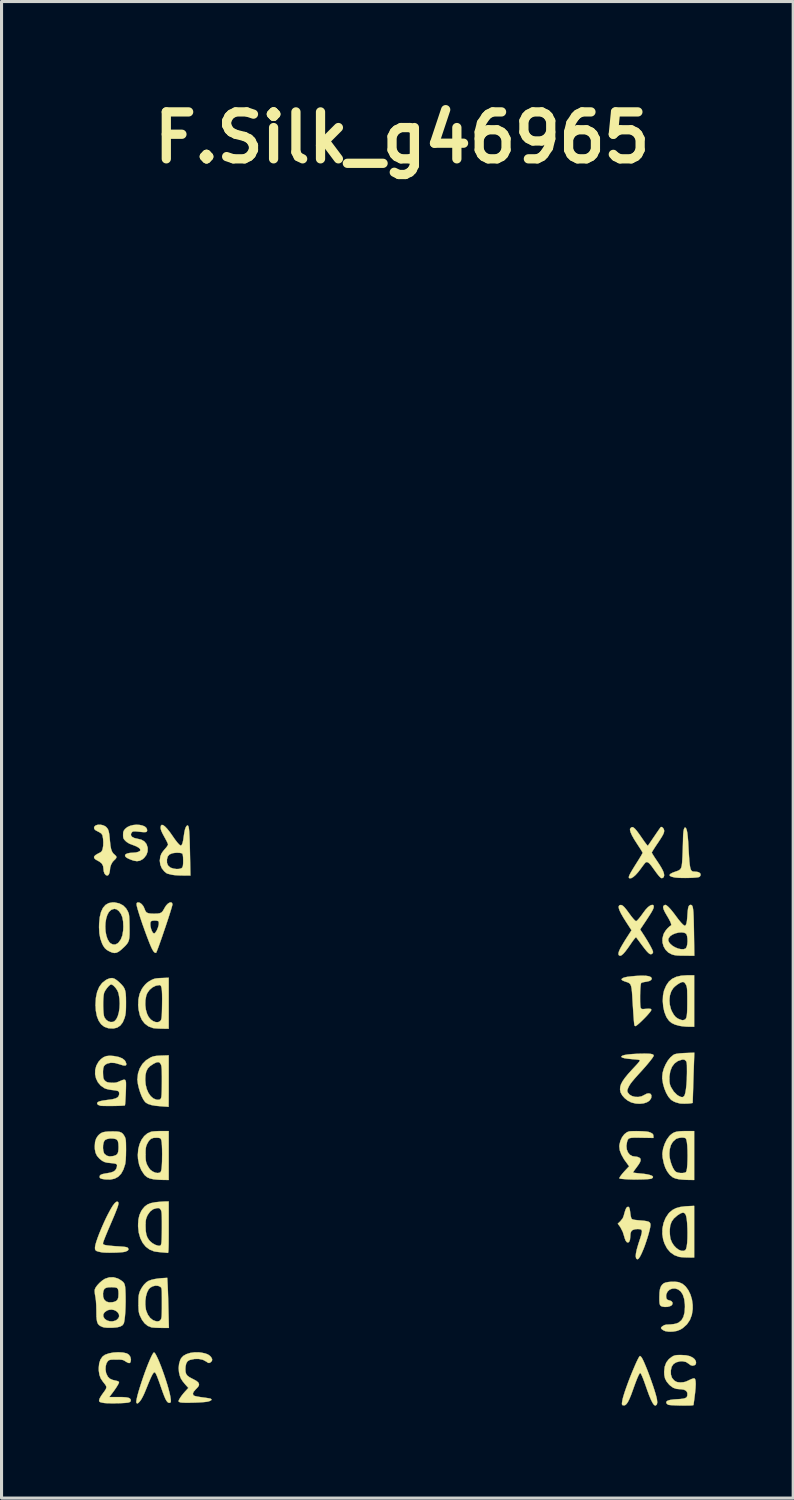
<source format=kicad_pcb>
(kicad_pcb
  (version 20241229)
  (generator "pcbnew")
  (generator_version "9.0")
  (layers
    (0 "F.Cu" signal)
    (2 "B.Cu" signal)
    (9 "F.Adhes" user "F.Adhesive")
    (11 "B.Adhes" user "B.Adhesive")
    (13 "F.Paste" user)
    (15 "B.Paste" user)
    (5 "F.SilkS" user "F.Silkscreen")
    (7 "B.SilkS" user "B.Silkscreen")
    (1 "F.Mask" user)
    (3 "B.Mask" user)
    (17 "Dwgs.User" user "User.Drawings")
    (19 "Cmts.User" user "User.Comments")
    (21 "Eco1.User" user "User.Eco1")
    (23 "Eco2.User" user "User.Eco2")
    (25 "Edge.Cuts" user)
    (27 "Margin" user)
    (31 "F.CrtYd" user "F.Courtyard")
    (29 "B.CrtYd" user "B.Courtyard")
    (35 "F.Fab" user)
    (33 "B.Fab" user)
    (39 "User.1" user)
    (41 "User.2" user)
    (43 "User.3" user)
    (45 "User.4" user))
  (footprint "F.Silk_g46965"
    (layer "F.Cu")
    (at 10.006 1.418)
    (property "Reference" "F.Silk_g46965" (at 0 0 0) (layer "F.SilkS") (effects (font (size 1.524 1.524) (thickness 0.3))))
    (attr through_hole)
    (fp_poly (pts (xy 9.219 22.425) (xy 9.242 22.483) (xy 9.261 22.577) (xy 9.276 22.707) (xy 9.29 22.878) (xy 9.294 22.955) (xy 9.306 23.171) (xy 9.317 23.348) (xy 9.327 23.491) (xy 9.339 23.602) (xy 9.352 23.686) (xy 9.367 23.747) (xy 9.386 23.789) (xy 9.41 23.814) (xy 9.438 23.828) (xy 9.473 23.833) (xy 9.506 23.834) (xy 9.576 23.84) (xy 9.636 23.856) (xy 9.64 23.858) (xy 9.684 23.896) (xy 9.693 23.945) (xy 9.668 23.992) (xy 9.647 24.007) (xy 9.606 24.018) (xy 9.532 24.026) (xy 9.434 24.033) (xy 9.319 24.037) (xy 9.198 24.039) (xy 9.08 24.038) (xy 8.972 24.034) (xy 8.884 24.027) (xy 8.848 24.022) (xy 8.751 23.999) (xy 8.696 23.972) (xy 8.684 23.941) (xy 8.713 23.906) (xy 8.784 23.868) (xy 8.875 23.834) (xy 8.945 23.81) (xy 8.998 23.785) (xy 9.036 23.752) (xy 9.062 23.707) (xy 9.08 23.641) (xy 9.091 23.549) (xy 9.099 23.425) (xy 9.104 23.341) (xy 9.11 23.202) (xy 9.115 23.057) (xy 9.119 22.92) (xy 9.122 22.806) (xy 9.122 22.775) (xy 9.126 22.64) (xy 9.136 22.531) (xy 9.152 22.452) (xy 9.173 22.407) (xy 9.193 22.4) (xy 9.219 22.425)) (stroke (width 0.01) (type solid)) (fill yes) (layer "F.SilkS"))
    (fp_poly (pts (xy 9.483 36.364) (xy 9.276 36.362) (xy 9.177 36.359) (xy 9.084 36.353) (xy 9.012 36.345) (xy 8.99 36.341) (xy 8.839 36.285) (xy 8.709 36.193) (xy 8.602 36.067) (xy 8.52 35.909) (xy 8.477 35.778) (xy 8.449 35.6) (xy 8.452 35.507) (xy 8.69 35.507) (xy 8.694 35.602) (xy 8.703 35.692) (xy 8.715 35.76) (xy 8.717 35.764) (xy 8.761 35.873) (xy 8.824 35.971) (xy 8.9 36.051) (xy 8.982 36.111) (xy 9.064 36.145) (xy 9.14 36.148) (xy 9.194 36.125) (xy 9.221 36.083) (xy 9.242 36.002) (xy 9.257 35.886) (xy 9.265 35.736) (xy 9.267 35.558) (xy 9.264 35.416) (xy 9.255 35.24) (xy 9.241 35.103) (xy 9.22 35.004) (xy 9.189 34.94) (xy 9.147 34.91) (xy 9.093 34.91) (xy 9.025 34.94) (xy 8.94 34.995) (xy 8.934 34.999) (xy 8.824 35.096) (xy 8.75 35.201) (xy 8.706 35.324) (xy 8.69 35.472) (xy 8.69 35.507) (xy 8.452 35.507) (xy 8.454 35.418) (xy 8.49 35.242) (xy 8.555 35.08) (xy 8.647 34.94) (xy 8.693 34.89) (xy 8.787 34.815) (xy 8.895 34.76) (xy 9.024 34.723) (xy 9.184 34.702) (xy 9.255 34.697) (xy 9.483 34.686) (xy 9.483 36.364)) (stroke (width 0.01) (type solid)) (fill yes) (layer "F.SilkS"))
    (fp_poly (pts (xy -9.71 22.328) (xy -9.636 22.363) (xy -9.608 22.386) (xy -9.572 22.426) (xy -9.545 22.472) (xy -9.525 22.534) (xy -9.509 22.617) (xy -9.496 22.73) (xy -9.486 22.841) (xy -9.47 22.988) (xy -9.449 23.099) (xy -9.419 23.182) (xy -9.379 23.243) (xy -9.332 23.285) (xy -9.283 23.333) (xy -9.276 23.381) (xy -9.312 23.43) (xy -9.336 23.451) (xy -9.399 23.517) (xy -9.449 23.606) (xy -9.479 23.7) (xy -9.482 23.738) (xy -9.489 23.803) (xy -9.503 23.875) (xy -9.505 23.881) (xy -9.534 23.942) (xy -9.575 23.962) (xy -9.622 23.944) (xy -9.663 23.896) (xy -9.688 23.821) (xy -9.694 23.76) (xy -9.708 23.652) (xy -9.751 23.57) (xy -9.83 23.507) (xy -9.871 23.485) (xy -9.956 23.437) (xy -9.999 23.392) (xy -10.001 23.347) (xy -9.961 23.301) (xy -9.879 23.251) (xy -9.86 23.242) (xy -9.795 23.208) (xy -9.758 23.177) (xy -9.735 23.135) (xy -9.72 23.082) (xy -9.705 22.989) (xy -9.702 22.877) (xy -9.709 22.765) (xy -9.726 22.67) (xy -9.735 22.643) (xy -9.768 22.595) (xy -9.834 22.552) (xy -9.87 22.534) (xy -9.952 22.491) (xy -9.995 22.448) (xy -10.001 22.401) (xy -9.99 22.372) (xy -9.947 22.332) (xy -9.878 22.312) (xy -9.795 22.31) (xy -9.71 22.328)) (stroke (width 0.01) (type solid)) (fill yes) (layer "F.SilkS"))
    (fp_poly (pts (xy -7.578 28.935) (xy -7.795 28.933) (xy -7.896 28.93) (xy -7.991 28.924) (xy -8.064 28.917) (xy -8.091 28.912) (xy -8.235 28.858) (xy -8.354 28.77) (xy -8.448 28.65) (xy -8.515 28.497) (xy -8.556 28.313) (xy -8.567 28.191) (xy -8.567 28.161) (xy -8.339 28.161) (xy -8.32 28.316) (xy -8.279 28.456) (xy -8.228 28.555) (xy -8.16 28.635) (xy -8.081 28.69) (xy -7.999 28.72) (xy -7.924 28.722) (xy -7.862 28.694) (xy -7.837 28.666) (xy -7.825 28.642) (xy -7.815 28.609) (xy -7.808 28.562) (xy -7.802 28.494) (xy -7.798 28.4) (xy -7.795 28.275) (xy -7.793 28.151) (xy -7.791 27.964) (xy -7.793 27.816) (xy -7.798 27.703) (xy -7.808 27.62) (xy -7.822 27.564) (xy -7.842 27.531) (xy -7.867 27.518) (xy -7.878 27.517) (xy -7.994 27.537) (xy -8.106 27.592) (xy -8.202 27.675) (xy -8.275 27.779) (xy -8.306 27.854) (xy -8.334 28.003) (xy -8.339 28.161) (xy -8.567 28.161) (xy -8.562 27.985) (xy -8.524 27.805) (xy -8.452 27.647) (xy -8.411 27.587) (xy -8.345 27.504) (xy -8.284 27.445) (xy -8.212 27.394) (xy -8.139 27.353) (xy -8.084 27.327) (xy -8.029 27.309) (xy -7.964 27.298) (xy -7.875 27.291) (xy -7.805 27.288) (xy -7.578 27.279) (xy -7.578 28.935)) (stroke (width 0.01) (type solid)) (fill yes) (layer "F.SilkS"))
    (fp_poly (pts (xy 7.75 39.577) (xy 7.78 39.613) (xy 7.816 39.678) (xy 7.862 39.778) (xy 7.915 39.903) (xy 7.973 40.047) (xy 8.032 40.204) (xy 8.09 40.365) (xy 8.145 40.523) (xy 8.194 40.672) (xy 8.234 40.805) (xy 8.263 40.913) (xy 8.274 40.965) (xy 8.285 41.067) (xy 8.272 41.134) (xy 8.237 41.166) (xy 8.215 41.169) (xy 8.179 41.148) (xy 8.135 41.086) (xy 8.082 40.983) (xy 8.022 40.84) (xy 7.954 40.655) (xy 7.942 40.619) (xy 7.881 40.446) (xy 7.832 40.312) (xy 7.792 40.214) (xy 7.762 40.15) (xy 7.74 40.117) (xy 7.729 40.111) (xy 7.709 40.131) (xy 7.677 40.19) (xy 7.634 40.286) (xy 7.583 40.417) (xy 7.522 40.583) (xy 7.495 40.66) (xy 7.434 40.828) (xy 7.38 40.957) (xy 7.333 41.052) (xy 7.289 41.116) (xy 7.247 41.153) (xy 7.212 41.165) (xy 7.16 41.159) (xy 7.14 41.134) (xy 7.138 41.097) (xy 7.147 41.032) (xy 7.163 40.95) (xy 7.17 40.923) (xy 7.2 40.82) (xy 7.239 40.698) (xy 7.287 40.561) (xy 7.34 40.415) (xy 7.397 40.266) (xy 7.456 40.118) (xy 7.515 39.977) (xy 7.57 39.848) (xy 7.62 39.737) (xy 7.664 39.648) (xy 7.698 39.588) (xy 7.721 39.561) (xy 7.724 39.56) (xy 7.75 39.577)) (stroke (width 0.01) (type solid)) (fill yes) (layer "F.SilkS"))
    (fp_poly (pts (xy -8.043 39.45) (xy -8.012 39.489) (xy -7.973 39.56) (xy -7.927 39.656) (xy -7.877 39.773) (xy -7.824 39.907) (xy -7.77 40.053) (xy -7.717 40.204) (xy -7.666 40.358) (xy -7.619 40.508) (xy -7.579 40.65) (xy -7.546 40.779) (xy -7.523 40.89) (xy -7.511 40.978) (xy -7.509 41.039) (xy -7.519 41.069) (xy -7.542 41.08) (xy -7.578 41.08) (xy -7.613 41.06) (xy -7.648 41.018) (xy -7.686 40.95) (xy -7.728 40.851) (xy -7.778 40.717) (xy -7.821 40.594) (xy -7.878 40.43) (xy -7.925 40.302) (xy -7.962 40.207) (xy -7.991 40.143) (xy -8.014 40.105) (xy -8.033 40.09) (xy -8.037 40.09) (xy -8.063 40.101) (xy -8.093 40.139) (xy -8.13 40.206) (xy -8.176 40.305) (xy -8.233 40.44) (xy -8.258 40.502) (xy -8.321 40.659) (xy -8.373 40.782) (xy -8.418 40.876) (xy -8.457 40.949) (xy -8.495 41.007) (xy -8.52 41.039) (xy -8.569 41.089) (xy -8.602 41.103) (xy -8.625 41.083) (xy -8.628 41.075) (xy -8.63 41.031) (xy -8.617 40.954) (xy -8.593 40.848) (xy -8.558 40.721) (xy -8.514 40.576) (xy -8.464 40.42) (xy -8.41 40.259) (xy -8.353 40.098) (xy -8.295 39.942) (xy -8.238 39.798) (xy -8.184 39.67) (xy -8.136 39.565) (xy -8.094 39.488) (xy -8.065 39.447) (xy -8.043 39.45)) (stroke (width 0.01) (type solid)) (fill yes) (layer "F.SilkS"))
    (fp_poly (pts (xy -9.224 34.56) (xy -9.213 34.577) (xy -9.209 34.604) (xy -9.215 34.644) (xy -9.23 34.701) (xy -9.258 34.779) (xy -9.298 34.881) (xy -9.351 35.012) (xy -9.42 35.174) (xy -9.502 35.365) (xy -9.558 35.497) (xy -9.609 35.619) (xy -9.652 35.725) (xy -9.684 35.809) (xy -9.704 35.863) (xy -9.708 35.877) (xy -9.712 35.917) (xy -9.696 35.94) (xy -9.651 35.956) (xy -9.638 35.959) (xy -9.588 35.968) (xy -9.505 35.978) (xy -9.401 35.988) (xy -9.284 35.997) (xy -9.242 35.999) (xy -9.117 36.007) (xy -9.028 36.015) (xy -8.967 36.024) (xy -8.929 36.034) (xy -8.907 36.048) (xy -8.898 36.057) (xy -8.883 36.1) (xy -8.907 36.137) (xy -8.972 36.168) (xy -8.993 36.175) (xy -9.052 36.186) (xy -9.144 36.195) (xy -9.256 36.202) (xy -9.379 36.206) (xy -9.502 36.207) (xy -9.614 36.205) (xy -9.705 36.2) (xy -9.75 36.195) (xy -9.85 36.174) (xy -9.916 36.154) (xy -9.953 36.128) (xy -9.97 36.092) (xy -9.971 36.039) (xy -9.971 36.026) (xy -9.958 35.953) (xy -9.928 35.848) (xy -9.884 35.719) (xy -9.828 35.572) (xy -9.762 35.413) (xy -9.69 35.248) (xy -9.614 35.084) (xy -9.556 34.968) (xy -9.469 34.805) (xy -9.394 34.681) (xy -9.33 34.598) (xy -9.279 34.555) (xy -9.243 34.55) (xy -9.224 34.56)) (stroke (width 0.01) (type solid)) (fill yes) (layer "F.SilkS"))
    (fp_poly (pts (xy 9.483 33.846) (xy 9.297 33.843) (xy 9.194 33.84) (xy 9.089 33.833) (xy 9.003 33.824) (xy 8.991 33.823) (xy 8.874 33.797) (xy 8.784 33.757) (xy 8.707 33.693) (xy 8.681 33.666) (xy 8.605 33.563) (xy 8.545 33.445) (xy 8.498 33.304) (xy 8.462 33.13) (xy 8.457 33.101) (xy 8.454 33.005) (xy 8.678 33.005) (xy 8.687 33.115) (xy 8.712 33.233) (xy 8.749 33.348) (xy 8.794 33.452) (xy 8.843 33.534) (xy 8.893 33.583) (xy 8.955 33.607) (xy 9.034 33.619) (xy 9.115 33.619) (xy 9.183 33.607) (xy 9.216 33.59) (xy 9.236 33.549) (xy 9.251 33.467) (xy 9.262 33.345) (xy 9.268 33.185) (xy 9.27 33.062) (xy 9.267 32.884) (xy 9.26 32.735) (xy 9.247 32.617) (xy 9.229 32.535) (xy 9.207 32.491) (xy 9.203 32.487) (xy 9.146 32.471) (xy 9.068 32.469) (xy 8.984 32.481) (xy 8.911 32.505) (xy 8.888 32.518) (xy 8.793 32.603) (xy 8.728 32.712) (xy 8.69 32.848) (xy 8.678 33.005) (xy 8.454 33.005) (xy 8.453 32.969) (xy 8.477 32.822) (xy 8.526 32.674) (xy 8.593 32.536) (xy 8.676 32.422) (xy 8.708 32.389) (xy 8.768 32.34) (xy 8.829 32.304) (xy 8.901 32.28) (xy 8.99 32.266) (xy 9.107 32.259) (xy 9.223 32.258) (xy 9.483 32.258) (xy 9.483 33.846)) (stroke (width 0.01) (type solid)) (fill yes) (layer "F.SilkS"))
    (fp_poly (pts (xy 9.483 28.871) (xy 9.308 28.87) (xy 9.204 28.865) (xy 9.096 28.854) (xy 9.006 28.84) (xy 9.002 28.839) (xy 8.861 28.8) (xy 8.753 28.749) (xy 8.669 28.678) (xy 8.599 28.582) (xy 8.573 28.534) (xy 8.515 28.385) (xy 8.479 28.213) (xy 8.464 28.033) (xy 8.466 27.999) (xy 8.68 27.999) (xy 8.691 28.151) (xy 8.729 28.299) (xy 8.759 28.369) (xy 8.82 28.478) (xy 8.883 28.554) (xy 8.955 28.605) (xy 9.01 28.629) (xy 9.066 28.649) (xy 9.099 28.657) (xy 9.126 28.655) (xy 9.158 28.647) (xy 9.189 28.633) (xy 9.213 28.608) (xy 9.232 28.566) (xy 9.245 28.503) (xy 9.253 28.415) (xy 9.258 28.295) (xy 9.26 28.141) (xy 9.26 28.046) (xy 9.26 27.893) (xy 9.258 27.776) (xy 9.256 27.689) (xy 9.251 27.625) (xy 9.244 27.579) (xy 9.234 27.543) (xy 9.22 27.511) (xy 9.218 27.506) (xy 9.173 27.44) (xy 9.127 27.415) (xy 9.077 27.423) (xy 9.008 27.455) (xy 8.931 27.504) (xy 8.857 27.563) (xy 8.806 27.614) (xy 8.739 27.721) (xy 8.696 27.853) (xy 8.68 27.999) (xy 8.466 27.999) (xy 8.472 27.857) (xy 8.504 27.7) (xy 8.509 27.686) (xy 8.576 27.53) (xy 8.661 27.406) (xy 8.768 27.314) (xy 8.901 27.25) (xy 9.063 27.212) (xy 9.258 27.199) (xy 9.275 27.199) (xy 9.483 27.199) (xy 9.483 28.871)) (stroke (width 0.01) (type solid)) (fill yes) (layer "F.SilkS"))
    (fp_poly (pts (xy -8.523 22.317) (xy -8.43 22.337) (xy -8.353 22.37) (xy -8.301 22.418) (xy -8.279 22.479) (xy -8.28 22.504) (xy -8.287 22.528) (xy -8.306 22.544) (xy -8.342 22.551) (xy -8.403 22.551) (xy -8.494 22.543) (xy -8.585 22.533) (xy -8.667 22.526) (xy -8.718 22.527) (xy -8.751 22.537) (xy -8.77 22.552) (xy -8.805 22.608) (xy -8.801 22.662) (xy -8.762 22.709) (xy -8.69 22.744) (xy -8.602 22.764) (xy -8.472 22.794) (xy -8.374 22.849) (xy -8.305 22.931) (xy -8.297 22.946) (xy -8.26 23.061) (xy -8.263 23.178) (xy -8.302 23.29) (xy -8.377 23.389) (xy -8.428 23.432) (xy -8.515 23.479) (xy -8.609 23.494) (xy -8.716 23.477) (xy -8.811 23.444) (xy -8.902 23.404) (xy -8.959 23.37) (xy -8.988 23.338) (xy -8.996 23.303) (xy -8.976 23.27) (xy -8.921 23.244) (xy -8.84 23.226) (xy -8.74 23.22) (xy -8.645 23.212) (xy -8.567 23.192) (xy -8.514 23.163) (xy -8.5 23.143) (xy -8.506 23.103) (xy -8.549 23.059) (xy -8.626 23.014) (xy -8.732 22.972) (xy -8.745 22.968) (xy -8.858 22.924) (xy -8.942 22.872) (xy -8.98 22.838) (xy -9.026 22.788) (xy -9.05 22.744) (xy -9.058 22.689) (xy -9.059 22.641) (xy -9.056 22.566) (xy -9.041 22.513) (xy -9.007 22.464) (xy -8.994 22.448) (xy -8.923 22.389) (xy -8.833 22.347) (xy -8.732 22.321) (xy -8.627 22.311) (xy -8.523 22.317)) (stroke (width 0.01) (type solid)) (fill yes) (layer "F.SilkS"))
    (fp_poly (pts (xy -7.578 33.846) (xy -7.763 33.843) (xy -7.866 33.84) (xy -7.971 33.833) (xy -8.057 33.824) (xy -8.069 33.823) (xy -8.19 33.796) (xy -8.282 33.753) (xy -8.357 33.689) (xy -8.37 33.674) (xy -8.468 33.525) (xy -8.538 33.351) (xy -8.575 33.158) (xy -8.581 33.031) (xy -8.579 33.006) (xy -8.329 33.006) (xy -8.329 33.009) (xy -8.328 33.12) (xy -8.323 33.201) (xy -8.312 33.262) (xy -8.294 33.317) (xy -8.28 33.351) (xy -8.24 33.424) (xy -8.194 33.491) (xy -8.171 33.517) (xy -8.094 33.573) (xy -8.01 33.609) (xy -7.93 33.62) (xy -7.864 33.604) (xy -7.845 33.591) (xy -7.826 33.555) (xy -7.811 33.487) (xy -7.801 33.384) (xy -7.794 33.243) (xy -7.792 33.064) (xy -7.791 33.009) (xy -7.793 32.851) (xy -7.798 32.72) (xy -7.805 32.622) (xy -7.815 32.561) (xy -7.817 32.554) (xy -7.834 32.512) (xy -7.857 32.489) (xy -7.897 32.478) (xy -7.959 32.473) (xy -8.069 32.478) (xy -8.154 32.509) (xy -8.221 32.574) (xy -8.271 32.658) (xy -8.297 32.715) (xy -8.314 32.767) (xy -8.324 32.824) (xy -8.328 32.9) (xy -8.329 33.006) (xy -8.579 33.006) (xy -8.567 32.849) (xy -8.525 32.683) (xy -8.459 32.538) (xy -8.372 32.419) (xy -8.267 32.331) (xy -8.152 32.28) (xy -8.1 32.271) (xy -8.017 32.264) (xy -7.917 32.259) (xy -7.826 32.258) (xy -7.578 32.258) (xy -7.578 33.846)) (stroke (width 0.01) (type solid)) (fill yes) (layer "F.SilkS"))
    (fp_poly (pts (xy 7.913 27.215) (xy 8.018 27.231) (xy 8.082 27.261) (xy 8.106 27.303) (xy 8.107 27.306) (xy 8.088 27.35) (xy 8.031 27.384) (xy 7.941 27.406) (xy 7.92 27.409) (xy 7.847 27.421) (xy 7.789 27.437) (xy 7.762 27.45) (xy 7.752 27.481) (xy 7.743 27.546) (xy 7.736 27.636) (xy 7.731 27.743) (xy 7.728 27.858) (xy 7.728 27.973) (xy 7.729 28.079) (xy 7.734 28.169) (xy 7.74 28.232) (xy 7.748 28.259) (xy 7.765 28.283) (xy 7.79 28.295) (xy 7.835 28.296) (xy 7.903 28.29) (xy 8.003 28.284) (xy 8.065 28.289) (xy 8.092 28.309) (xy 8.086 28.342) (xy 8.085 28.343) (xy 8.053 28.391) (xy 7.999 28.455) (xy 7.931 28.531) (xy 7.854 28.61) (xy 7.776 28.687) (xy 7.702 28.756) (xy 7.639 28.81) (xy 7.593 28.843) (xy 7.575 28.85) (xy 7.55 28.835) (xy 7.546 28.829) (xy 7.541 28.807) (xy 7.534 28.754) (xy 7.526 28.67) (xy 7.517 28.551) (xy 7.506 28.397) (xy 7.494 28.205) (xy 7.479 27.973) (xy 7.474 27.879) (xy 7.464 27.735) (xy 7.452 27.627) (xy 7.435 27.549) (xy 7.413 27.495) (xy 7.382 27.459) (xy 7.34 27.435) (xy 7.312 27.425) (xy 7.216 27.393) (xy 7.157 27.367) (xy 7.129 27.345) (xy 7.127 27.324) (xy 7.133 27.316) (xy 7.168 27.289) (xy 7.227 27.268) (xy 7.315 27.249) (xy 7.437 27.234) (xy 7.583 27.221) (xy 7.768 27.211) (xy 7.913 27.215)) (stroke (width 0.01) (type solid)) (fill yes) (layer "F.SilkS"))
    (fp_poly (pts (xy 7.37 34.734) (xy 7.39 34.787) (xy 7.404 34.878) (xy 7.408 34.915) (xy 7.422 35.01) (xy 7.44 35.079) (xy 7.457 35.11) (xy 7.491 35.127) (xy 7.558 35.142) (xy 7.661 35.153) (xy 7.719 35.158) (xy 7.849 35.169) (xy 7.943 35.183) (xy 8.006 35.202) (xy 8.043 35.229) (xy 8.061 35.267) (xy 8.065 35.308) (xy 8.057 35.372) (xy 8.037 35.467) (xy 8.007 35.584) (xy 7.968 35.715) (xy 7.924 35.851) (xy 7.878 35.985) (xy 7.833 36.1) (xy 7.774 36.237) (xy 7.724 36.335) (xy 7.683 36.395) (xy 7.648 36.42) (xy 7.618 36.411) (xy 7.598 36.385) (xy 7.586 36.324) (xy 7.594 36.226) (xy 7.623 36.091) (xy 7.673 35.919) (xy 7.705 35.821) (xy 7.747 35.692) (xy 7.774 35.598) (xy 7.787 35.531) (xy 7.784 35.488) (xy 7.768 35.461) (xy 7.737 35.447) (xy 7.718 35.443) (xy 7.651 35.438) (xy 7.572 35.445) (xy 7.554 35.448) (xy 7.484 35.471) (xy 7.439 35.514) (xy 7.416 35.583) (xy 7.409 35.683) (xy 7.399 35.785) (xy 7.374 35.85) (xy 7.339 35.877) (xy 7.299 35.866) (xy 7.259 35.816) (xy 7.225 35.728) (xy 7.218 35.698) (xy 7.166 35.532) (xy 7.091 35.386) (xy 7.059 35.339) (xy 7.003 35.265) (xy 7.087 35.185) (xy 7.165 35.087) (xy 7.195 35.01) (xy 7.227 34.894) (xy 7.253 34.814) (xy 7.276 34.762) (xy 7.299 34.733) (xy 7.307 34.726) (xy 7.343 34.715) (xy 7.37 34.734)) (stroke (width 0.01) (type solid)) (fill yes) (layer "F.SilkS"))
    (fp_poly (pts (xy -9.333 24.834) (xy -9.183 24.866) (xy -9.06 24.93) (xy -8.963 25.026) (xy -8.922 25.094) (xy -8.899 25.139) (xy -8.882 25.18) (xy -8.87 25.222) (xy -8.863 25.275) (xy -8.858 25.345) (xy -8.854 25.442) (xy -8.851 25.572) (xy -8.851 25.59) (xy -8.849 25.753) (xy -8.85 25.88) (xy -8.857 25.979) (xy -8.871 26.057) (xy -8.894 26.119) (xy -8.928 26.174) (xy -8.973 26.228) (xy -9.018 26.273) (xy -9.119 26.367) (xy -9.202 26.431) (xy -9.274 26.466) (xy -9.343 26.475) (xy -9.416 26.461) (xy -9.493 26.429) (xy -9.585 26.378) (xy -9.652 26.317) (xy -9.708 26.235) (xy -9.745 26.158) (xy -9.798 26.006) (xy -9.83 25.836) (xy -9.84 25.64) (xy -9.84 25.636) (xy -9.637 25.636) (xy -9.628 25.778) (xy -9.603 25.912) (xy -9.563 26.029) (xy -9.507 26.122) (xy -9.467 26.162) (xy -9.388 26.2) (xy -9.306 26.198) (xy -9.228 26.157) (xy -9.211 26.141) (xy -9.135 26.038) (xy -9.083 25.905) (xy -9.056 25.74) (xy -9.051 25.622) (xy -9.058 25.453) (xy -9.083 25.316) (xy -9.129 25.205) (xy -9.196 25.114) (xy -9.196 25.114) (xy -9.269 25.057) (xy -9.344 25.041) (xy -9.427 25.066) (xy -9.453 25.081) (xy -9.52 25.144) (xy -9.572 25.24) (xy -9.609 25.359) (xy -9.631 25.494) (xy -9.637 25.636) (xy -9.84 25.636) (xy -9.837 25.519) (xy -9.817 25.313) (xy -9.776 25.144) (xy -9.713 25.011) (xy -9.63 24.915) (xy -9.525 24.855) (xy -9.4 24.832) (xy -9.333 24.834)) (stroke (width 0.01) (type solid)) (fill yes) (layer "F.SilkS"))
    (fp_poly (pts (xy -9.34 27.31) (xy -9.261 27.361) (xy -9.177 27.434) (xy -9.106 27.504) (xy -9.052 27.568) (xy -9.014 27.632) (xy -8.989 27.707) (xy -8.974 27.798) (xy -8.967 27.914) (xy -8.965 28.063) (xy -8.965 28.099) (xy -8.966 28.235) (xy -8.969 28.34) (xy -8.976 28.421) (xy -8.986 28.489) (xy -9.002 28.553) (xy -9.013 28.591) (xy -9.072 28.73) (xy -9.151 28.832) (xy -9.251 28.898) (xy -9.373 28.927) (xy -9.517 28.921) (xy -9.548 28.915) (xy -9.67 28.871) (xy -9.771 28.791) (xy -9.851 28.676) (xy -9.909 28.528) (xy -9.944 28.349) (xy -9.953 28.187) (xy -9.706 28.187) (xy -9.702 28.31) (xy -9.695 28.42) (xy -9.683 28.507) (xy -9.669 28.559) (xy -9.616 28.637) (xy -9.544 28.692) (xy -9.463 28.718) (xy -9.384 28.712) (xy -9.339 28.69) (xy -9.28 28.626) (xy -9.232 28.528) (xy -9.197 28.405) (xy -9.176 28.264) (xy -9.169 28.113) (xy -9.177 27.961) (xy -9.202 27.813) (xy -9.217 27.757) (xy -9.249 27.686) (xy -9.297 27.614) (xy -9.353 27.552) (xy -9.408 27.509) (xy -9.448 27.495) (xy -9.485 27.512) (xy -9.533 27.556) (xy -9.585 27.617) (xy -9.633 27.685) (xy -9.668 27.75) (xy -9.677 27.774) (xy -9.691 27.846) (xy -9.7 27.945) (xy -9.705 28.062) (xy -9.706 28.187) (xy -9.953 28.187) (xy -9.955 28.152) (xy -9.942 27.93) (xy -9.902 27.739) (xy -9.835 27.578) (xy -9.741 27.45) (xy -9.621 27.355) (xy -9.571 27.328) (xy -9.486 27.296) (xy -9.412 27.289) (xy -9.34 27.31)) (stroke (width 0.01) (type solid)) (fill yes) (layer "F.SilkS"))
    (fp_poly (pts (xy -7.578 30.636) (xy -7.578 30.82) (xy -7.578 30.99) (xy -7.579 31.141) (xy -7.579 31.269) (xy -7.58 31.369) (xy -7.581 31.438) (xy -7.583 31.47) (xy -7.583 31.472) (xy -7.605 31.469) (xy -7.66 31.464) (xy -7.741 31.459) (xy -7.832 31.452) (xy -8.006 31.436) (xy -8.142 31.412) (xy -8.246 31.378) (xy -8.321 31.333) (xy -8.345 31.311) (xy -8.4 31.235) (xy -8.455 31.128) (xy -8.505 31) (xy -8.547 30.863) (xy -8.578 30.728) (xy -8.593 30.606) (xy -8.593 30.587) (xy -8.34 30.587) (xy -8.34 30.588) (xy -8.327 30.746) (xy -8.292 30.891) (xy -8.237 31.018) (xy -8.165 31.121) (xy -8.08 31.196) (xy -7.985 31.236) (xy -7.932 31.242) (xy -7.875 31.237) (xy -7.843 31.214) (xy -7.826 31.184) (xy -7.816 31.142) (xy -7.809 31.066) (xy -7.804 30.954) (xy -7.801 30.803) (xy -7.8 30.639) (xy -7.8 30.479) (xy -7.802 30.356) (xy -7.804 30.264) (xy -7.809 30.197) (xy -7.815 30.149) (xy -7.824 30.114) (xy -7.836 30.086) (xy -7.838 30.083) (xy -7.873 30.036) (xy -7.917 30.017) (xy -7.976 30.027) (xy -8.058 30.066) (xy -8.077 30.077) (xy -8.183 30.148) (xy -8.258 30.226) (xy -8.306 30.32) (xy -8.332 30.438) (xy -8.34 30.587) (xy -8.593 30.587) (xy -8.594 30.572) (xy -8.575 30.391) (xy -8.52 30.225) (xy -8.432 30.079) (xy -8.314 29.959) (xy -8.17 29.869) (xy -8.11 29.844) (xy -8.05 29.827) (xy -7.98 29.816) (xy -7.885 29.809) (xy -7.816 29.806) (xy -7.578 29.798) (xy -7.578 30.636)) (stroke (width 0.01) (type solid)) (fill yes) (layer "F.SilkS"))
    (fp_poly (pts (xy 8.944 37.158) (xy 8.992 37.168) (xy 9.106 37.219) (xy 9.208 37.307) (xy 9.294 37.425) (xy 9.363 37.567) (xy 9.411 37.727) (xy 9.435 37.901) (xy 9.436 38.036) (xy 9.408 38.223) (xy 9.345 38.39) (xy 9.248 38.534) (xy 9.118 38.651) (xy 9.035 38.703) (xy 8.924 38.746) (xy 8.792 38.769) (xy 8.657 38.771) (xy 8.548 38.754) (xy 8.485 38.727) (xy 8.435 38.693) (xy 8.432 38.689) (xy 8.408 38.659) (xy 8.41 38.636) (xy 8.44 38.606) (xy 8.452 38.595) (xy 8.516 38.558) (xy 8.579 38.543) (xy 8.719 38.536) (xy 8.826 38.524) (xy 8.907 38.506) (xy 8.972 38.479) (xy 8.987 38.471) (xy 9.074 38.396) (xy 9.135 38.288) (xy 9.172 38.146) (xy 9.184 37.97) (xy 9.182 37.882) (xy 9.16 37.709) (xy 9.116 37.571) (xy 9.049 37.467) (xy 8.961 37.399) (xy 8.871 37.37) (xy 8.772 37.372) (xy 8.685 37.408) (xy 8.618 37.471) (xy 8.579 37.555) (xy 8.572 37.609) (xy 8.579 37.683) (xy 8.604 37.727) (xy 8.654 37.749) (xy 8.669 37.752) (xy 8.742 37.778) (xy 8.778 37.822) (xy 8.78 37.871) (xy 8.755 37.913) (xy 8.697 37.945) (xy 8.619 37.965) (xy 8.528 37.968) (xy 8.512 37.966) (xy 8.448 37.956) (xy 8.404 37.938) (xy 8.375 37.904) (xy 8.359 37.848) (xy 8.353 37.763) (xy 8.353 37.647) (xy 8.358 37.503) (xy 8.373 37.394) (xy 8.4 37.312) (xy 8.441 37.249) (xy 8.493 37.203) (xy 8.55 37.178) (xy 8.636 37.16) (xy 8.739 37.15) (xy 8.846 37.149) (xy 8.944 37.158)) (stroke (width 0.01) (type solid)) (fill yes) (layer "F.SilkS"))
    (fp_poly (pts (xy 9.475 30.091) (xy 9.47 30.241) (xy 9.464 30.417) (xy 9.458 30.604) (xy 9.452 30.785) (xy 9.449 30.906) (xy 9.435 31.344) (xy 9.372 31.356) (xy 9.32 31.362) (xy 9.246 31.366) (xy 9.163 31.367) (xy 9.086 31.366) (xy 9.028 31.362) (xy 9.006 31.358) (xy 8.974 31.348) (xy 8.918 31.333) (xy 8.894 31.327) (xy 8.822 31.297) (xy 8.747 31.251) (xy 8.723 31.231) (xy 8.644 31.139) (xy 8.574 31.015) (xy 8.515 30.871) (xy 8.472 30.718) (xy 8.449 30.566) (xy 8.448 30.551) (xy 8.679 30.551) (xy 8.682 30.653) (xy 8.693 30.729) (xy 8.715 30.796) (xy 8.73 30.829) (xy 8.818 30.972) (xy 8.925 31.08) (xy 8.975 31.113) (xy 9.055 31.151) (xy 9.114 31.154) (xy 9.157 31.122) (xy 9.175 31.089) (xy 9.198 31.009) (xy 9.217 30.895) (xy 9.233 30.751) (xy 9.244 30.585) (xy 9.249 30.403) (xy 9.25 30.327) (xy 9.249 30.204) (xy 9.248 30.117) (xy 9.243 30.058) (xy 9.236 30.018) (xy 9.224 29.992) (xy 9.207 29.972) (xy 9.206 29.97) (xy 9.165 29.94) (xy 9.115 29.935) (xy 9.084 29.94) (xy 8.952 29.984) (xy 8.845 30.062) (xy 8.763 30.171) (xy 8.708 30.31) (xy 8.681 30.476) (xy 8.679 30.551) (xy 8.448 30.551) (xy 8.446 30.5) (xy 8.459 30.368) (xy 8.498 30.229) (xy 8.557 30.093) (xy 8.63 29.968) (xy 8.714 29.864) (xy 8.804 29.788) (xy 8.848 29.764) (xy 8.912 29.748) (xy 9.015 29.734) (xy 9.154 29.725) (xy 9.205 29.723) (xy 9.488 29.712) (xy 9.475 30.091)) (stroke (width 0.01) (type solid)) (fill yes) (layer "F.SilkS"))
    (fp_poly (pts (xy 7.98 29.744) (xy 8.07 29.751) (xy 8.129 29.764) (xy 8.161 29.783) (xy 8.17 29.808) (xy 8.156 29.84) (xy 8.117 29.898) (xy 8.056 29.978) (xy 7.977 30.074) (xy 7.884 30.183) (xy 7.78 30.3) (xy 7.75 30.332) (xy 7.633 30.461) (xy 7.541 30.565) (xy 7.471 30.649) (xy 7.418 30.718) (xy 7.38 30.777) (xy 7.351 30.831) (xy 7.345 30.845) (xy 7.319 30.909) (xy 7.312 30.953) (xy 7.322 30.991) (xy 7.328 31.004) (xy 7.382 31.072) (xy 7.464 31.12) (xy 7.564 31.147) (xy 7.672 31.15) (xy 7.777 31.129) (xy 7.861 31.087) (xy 7.945 31.043) (xy 8.015 31.032) (xy 8.067 31.05) (xy 8.095 31.094) (xy 8.093 31.161) (xy 8.079 31.204) (xy 8.029 31.272) (xy 7.947 31.324) (xy 7.841 31.358) (xy 7.72 31.371) (xy 7.59 31.364) (xy 7.461 31.333) (xy 7.431 31.323) (xy 7.325 31.267) (xy 7.228 31.19) (xy 7.149 31.101) (xy 7.098 31.009) (xy 7.091 30.987) (xy 7.077 30.905) (xy 7.083 30.822) (xy 7.109 30.735) (xy 7.16 30.638) (xy 7.237 30.528) (xy 7.341 30.401) (xy 7.476 30.252) (xy 7.499 30.228) (xy 7.591 30.129) (xy 7.656 30.057) (xy 7.697 30.007) (xy 7.717 29.974) (xy 7.719 29.956) (xy 7.711 29.949) (xy 7.674 29.942) (xy 7.606 29.934) (xy 7.519 29.926) (xy 7.472 29.922) (xy 7.333 29.909) (xy 7.226 29.893) (xy 7.154 29.873) (xy 7.119 29.851) (xy 7.118 29.838) (xy 7.148 29.812) (xy 7.218 29.789) (xy 7.328 29.771) (xy 7.475 29.757) (xy 7.658 29.747) (xy 7.694 29.746) (xy 7.856 29.743) (xy 7.98 29.744)) (stroke (width 0.01) (type solid)) (fill yes) (layer "F.SilkS"))
    (fp_poly (pts (xy -7.612 37.27) (xy -7.608 37.362) (xy -7.603 37.486) (xy -7.598 37.634) (xy -7.593 37.797) (xy -7.589 37.966) (xy -7.586 38.084) (xy -7.572 38.65) (xy -7.824 38.648) (xy -7.929 38.646) (xy -8.025 38.642) (xy -8.099 38.636) (xy -8.139 38.631) (xy -8.257 38.584) (xy -8.358 38.503) (xy -8.445 38.387) (xy -8.517 38.24) (xy -8.536 38.185) (xy -8.549 38.126) (xy -8.556 38.054) (xy -8.56 37.957) (xy -8.56 37.915) (xy -8.337 37.915) (xy -8.319 38.052) (xy -8.308 38.093) (xy -8.254 38.222) (xy -8.18 38.325) (xy -8.089 38.397) (xy -7.987 38.434) (xy -7.943 38.438) (xy -7.882 38.426) (xy -7.838 38.383) (xy -7.837 38.381) (xy -7.825 38.359) (xy -7.816 38.329) (xy -7.809 38.286) (xy -7.805 38.225) (xy -7.802 38.139) (xy -7.8 38.024) (xy -7.8 37.873) (xy -7.8 37.84) (xy -7.8 37.685) (xy -7.801 37.566) (xy -7.802 37.479) (xy -7.806 37.418) (xy -7.811 37.377) (xy -7.819 37.35) (xy -7.83 37.333) (xy -7.845 37.319) (xy -7.85 37.315) (xy -7.922 37.282) (xy -8.01 37.277) (xy -8.101 37.299) (xy -8.181 37.345) (xy -8.228 37.394) (xy -8.28 37.495) (xy -8.317 37.624) (xy -8.336 37.768) (xy -8.337 37.915) (xy -8.56 37.915) (xy -8.561 37.857) (xy -8.56 37.737) (xy -8.557 37.65) (xy -8.549 37.583) (xy -8.536 37.526) (xy -8.517 37.47) (xy -8.511 37.455) (xy -8.463 37.362) (xy -8.399 37.268) (xy -8.365 37.228) (xy -8.299 37.164) (xy -8.235 37.123) (xy -8.152 37.092) (xy -8.13 37.085) (xy -8.039 37.064) (xy -7.927 37.046) (xy -7.819 37.035) (xy -7.807 37.034) (xy -7.625 37.023) (xy -7.612 37.27)) (stroke (width 0.01) (type solid)) (fill yes) (layer "F.SilkS"))
    (fp_poly (pts (xy 8.157 24.921) (xy 8.17 24.954) (xy 8.17 24.97) (xy 8.166 25.004) (xy 8.151 25.048) (xy 8.122 25.105) (xy 8.078 25.182) (xy 8.015 25.281) (xy 7.932 25.409) (xy 7.894 25.466) (xy 7.729 25.711) (xy 7.879 25.942) (xy 7.953 26.061) (xy 8.02 26.175) (xy 8.077 26.278) (xy 8.12 26.364) (xy 8.144 26.426) (xy 8.149 26.45) (xy 8.134 26.483) (xy 8.117 26.501) (xy 8.084 26.516) (xy 8.046 26.509) (xy 7.999 26.475) (xy 7.939 26.413) (xy 7.864 26.32) (xy 7.797 26.231) (xy 7.731 26.142) (xy 7.673 26.064) (xy 7.628 26.004) (xy 7.602 25.969) (xy 7.597 25.964) (xy 7.581 25.974) (xy 7.546 26.013) (xy 7.497 26.076) (xy 7.441 26.156) (xy 7.43 26.172) (xy 7.329 26.318) (xy 7.246 26.428) (xy 7.178 26.505) (xy 7.124 26.55) (xy 7.081 26.566) (xy 7.047 26.555) (xy 7.041 26.55) (xy 7.025 26.519) (xy 7.027 26.474) (xy 7.047 26.409) (xy 7.087 26.323) (xy 7.15 26.212) (xy 7.235 26.071) (xy 7.289 25.986) (xy 7.449 25.737) (xy 7.288 25.489) (xy 7.185 25.326) (xy 7.109 25.194) (xy 7.059 25.089) (xy 7.034 25.011) (xy 7.034 24.958) (xy 7.058 24.926) (xy 7.088 24.917) (xy 7.127 24.92) (xy 7.17 24.944) (xy 7.222 24.994) (xy 7.286 25.072) (xy 7.356 25.167) (xy 7.439 25.28) (xy 7.509 25.365) (xy 7.561 25.42) (xy 7.595 25.442) (xy 7.597 25.442) (xy 7.625 25.426) (xy 7.67 25.38) (xy 7.727 25.311) (xy 7.79 25.227) (xy 7.829 25.172) (xy 7.908 25.067) (xy 7.986 24.985) (xy 8.058 24.933) (xy 8.117 24.913) (xy 8.118 24.913) (xy 8.157 24.921)) (stroke (width 0.01) (type solid)) (fill yes) (layer "F.SilkS"))
    (fp_poly (pts (xy -7.578 35.38) (xy -7.578 35.599) (xy -7.579 35.778) (xy -7.58 35.922) (xy -7.583 36.033) (xy -7.586 36.114) (xy -7.59 36.169) (xy -7.596 36.201) (xy -7.602 36.213) (xy -7.604 36.213) (xy -7.636 36.21) (xy -7.699 36.204) (xy -7.781 36.197) (xy -7.811 36.195) (xy -7.902 36.185) (xy -7.985 36.175) (xy -8.044 36.165) (xy -8.054 36.163) (xy -8.198 36.105) (xy -8.322 36.012) (xy -8.423 35.888) (xy -8.499 35.735) (xy -8.55 35.557) (xy -8.572 35.356) (xy -8.572 35.348) (xy -8.329 35.348) (xy -8.324 35.498) (xy -8.305 35.615) (xy -8.272 35.71) (xy -8.22 35.792) (xy -8.185 35.832) (xy -8.106 35.899) (xy -8.014 35.951) (xy -7.925 35.979) (xy -7.891 35.983) (xy -7.852 35.977) (xy -7.83 35.951) (xy -7.817 35.904) (xy -7.812 35.86) (xy -7.807 35.781) (xy -7.804 35.674) (xy -7.801 35.547) (xy -7.8 35.407) (xy -7.8 35.347) (xy -7.8 35.191) (xy -7.801 35.071) (xy -7.804 34.982) (xy -7.808 34.918) (xy -7.814 34.873) (xy -7.823 34.841) (xy -7.835 34.817) (xy -7.839 34.81) (xy -7.868 34.773) (xy -7.901 34.758) (xy -7.955 34.759) (xy -7.971 34.761) (xy -8.082 34.794) (xy -8.178 34.866) (xy -8.256 34.973) (xy -8.273 35.007) (xy -8.299 35.068) (xy -8.316 35.123) (xy -8.325 35.187) (xy -8.329 35.271) (xy -8.329 35.348) (xy -8.572 35.348) (xy -8.572 35.305) (xy -8.562 35.132) (xy -8.529 34.986) (xy -8.471 34.857) (xy -8.438 34.805) (xy -8.359 34.71) (xy -8.268 34.642) (xy -8.157 34.597) (xy -8.015 34.569) (xy -7.99 34.566) (xy -7.888 34.556) (xy -7.787 34.548) (xy -7.705 34.544) (xy -7.689 34.544) (xy -7.578 34.544) (xy -7.578 35.38)) (stroke (width 0.01) (type solid)) (fill yes) (layer "F.SilkS"))
    (fp_poly (pts (xy -7.472 24.848) (xy -7.456 24.892) (xy -7.462 24.923) (xy -7.479 24.988) (xy -7.507 25.081) (xy -7.543 25.197) (xy -7.586 25.331) (xy -7.634 25.477) (xy -7.685 25.63) (xy -7.738 25.785) (xy -7.789 25.936) (xy -7.839 26.078) (xy -7.885 26.207) (xy -7.924 26.315) (xy -7.957 26.399) (xy -7.979 26.453) (xy -7.99 26.472) (xy -8.023 26.465) (xy -8.048 26.45) (xy -8.076 26.417) (xy -8.111 26.358) (xy -8.141 26.297) (xy -8.188 26.188) (xy -8.24 26.056) (xy -8.296 25.908) (xy -8.354 25.751) (xy -8.411 25.59) (xy -8.43 25.536) (xy -8.176 25.536) (xy -8.169 25.611) (xy -8.151 25.689) (xy -8.125 25.76) (xy -8.094 25.814) (xy -8.06 25.84) (xy -8.047 25.841) (xy -8.018 25.819) (xy -7.983 25.771) (xy -7.962 25.734) (xy -7.925 25.644) (xy -7.903 25.56) (xy -7.898 25.491) (xy -7.911 25.447) (xy -7.919 25.441) (xy -7.964 25.427) (xy -8.031 25.422) (xy -8.098 25.427) (xy -8.145 25.44) (xy -8.147 25.441) (xy -8.169 25.476) (xy -8.176 25.536) (xy -8.43 25.536) (xy -8.466 25.432) (xy -8.515 25.283) (xy -8.557 25.15) (xy -8.59 25.039) (xy -8.612 24.955) (xy -8.62 24.911) (xy -8.619 24.861) (xy -8.602 24.84) (xy -8.572 24.833) (xy -8.515 24.845) (xy -8.456 24.889) (xy -8.403 24.954) (xy -8.366 25.032) (xy -8.365 25.036) (xy -8.338 25.105) (xy -8.304 25.152) (xy -8.252 25.181) (xy -8.176 25.195) (xy -8.067 25.199) (xy -8.054 25.199) (xy -7.945 25.196) (xy -7.868 25.185) (xy -7.813 25.159) (xy -7.769 25.112) (xy -7.727 25.041) (xy -7.714 25.016) (xy -7.664 24.937) (xy -7.609 24.878) (xy -7.555 24.842) (xy -7.507 24.83) (xy -7.472 24.848)) (stroke (width 0.01) (type solid)) (fill yes) (layer "F.SilkS"))
    (fp_poly (pts (xy -6.586 39.443) (xy -6.517 39.452) (xy -6.396 39.477) (xy -6.307 39.51) (xy -6.242 39.554) (xy -6.203 39.596) (xy -6.168 39.662) (xy -6.174 39.72) (xy -6.22 39.767) (xy -6.225 39.77) (xy -6.263 39.787) (xy -6.294 39.784) (xy -6.336 39.758) (xy -6.353 39.745) (xy -6.464 39.685) (xy -6.598 39.656) (xy -6.745 39.657) (xy -6.895 39.69) (xy -6.963 39.729) (xy -7.008 39.799) (xy -7.031 39.901) (xy -7.036 39.988) (xy -7.031 40.076) (xy -7.012 40.143) (xy -6.973 40.198) (xy -6.907 40.248) (xy -6.808 40.301) (xy -6.782 40.313) (xy -6.683 40.367) (xy -6.623 40.416) (xy -6.608 40.439) (xy -6.594 40.482) (xy -6.6 40.521) (xy -6.629 40.567) (xy -6.686 40.628) (xy -6.708 40.65) (xy -6.769 40.722) (xy -6.793 40.783) (xy -6.779 40.831) (xy -6.751 40.852) (xy -6.713 40.864) (xy -6.644 40.879) (xy -6.554 40.894) (xy -6.482 40.904) (xy -6.385 40.917) (xy -6.301 40.93) (xy -6.24 40.941) (xy -6.217 40.947) (xy -6.187 40.97) (xy -6.197 40.995) (xy -6.246 41.022) (xy -6.299 41.039) (xy -6.357 41.049) (xy -6.444 41.058) (xy -6.554 41.066) (xy -6.676 41.072) (xy -6.803 41.076) (xy -6.927 41.078) (xy -7.038 41.078) (xy -7.13 41.075) (xy -7.192 41.069) (xy -7.213 41.064) (xy -7.249 41.044) (xy -7.26 41.031) (xy -7.247 40.99) (xy -7.211 40.926) (xy -7.159 40.85) (xy -7.097 40.772) (xy -7.058 40.727) (xy -6.939 40.598) (xy -7.046 40.478) (xy -7.127 40.379) (xy -7.183 40.29) (xy -7.22 40.194) (xy -7.244 40.089) (xy -7.255 39.954) (xy -7.241 39.816) (xy -7.204 39.692) (xy -7.174 39.633) (xy -7.106 39.559) (xy -7.005 39.501) (xy -6.879 39.461) (xy -6.737 39.441) (xy -6.586 39.443)) (stroke (width 0.01) (type solid)) (fill yes) (layer "F.SilkS"))
    (fp_poly (pts (xy 7.716 32.261) (xy 7.719 32.261) (xy 7.843 32.266) (xy 7.933 32.273) (xy 7.999 32.284) (xy 8.049 32.3) (xy 8.075 32.311) (xy 8.13 32.343) (xy 8.154 32.376) (xy 8.16 32.417) (xy 8.16 32.48) (xy 7.776 32.474) (xy 7.631 32.471) (xy 7.522 32.472) (xy 7.443 32.477) (xy 7.389 32.488) (xy 7.354 32.506) (xy 7.331 32.535) (xy 7.315 32.574) (xy 7.303 32.613) (xy 7.284 32.738) (xy 7.295 32.852) (xy 7.333 32.949) (xy 7.394 33.025) (xy 7.475 33.071) (xy 7.553 33.084) (xy 7.632 33.093) (xy 7.697 33.117) (xy 7.736 33.151) (xy 7.739 33.157) (xy 7.745 33.203) (xy 7.729 33.26) (xy 7.687 33.334) (xy 7.618 33.43) (xy 7.608 33.443) (xy 7.557 33.511) (xy 7.52 33.565) (xy 7.5 33.599) (xy 7.499 33.605) (xy 7.523 33.61) (xy 7.579 33.618) (xy 7.659 33.627) (xy 7.728 33.634) (xy 7.857 33.647) (xy 7.955 33.662) (xy 8.033 33.68) (xy 8.104 33.705) (xy 8.112 33.708) (xy 8.145 33.736) (xy 8.141 33.771) (xy 8.103 33.8) (xy 8.102 33.801) (xy 8.053 33.811) (xy 7.97 33.819) (xy 7.862 33.825) (xy 7.737 33.829) (xy 7.604 33.831) (xy 7.471 33.83) (xy 7.347 33.826) (xy 7.307 33.824) (xy 7.211 33.817) (xy 7.131 33.81) (xy 7.076 33.802) (xy 7.056 33.797) (xy 7.059 33.771) (xy 7.09 33.721) (xy 7.144 33.65) (xy 7.219 33.564) (xy 7.258 33.522) (xy 7.373 33.4) (xy 7.328 33.342) (xy 7.205 33.172) (xy 7.119 33.019) (xy 7.068 32.882) (xy 7.053 32.757) (xy 7.056 32.709) (xy 7.088 32.576) (xy 7.143 32.457) (xy 7.216 32.361) (xy 7.301 32.295) (xy 7.375 32.267) (xy 7.424 32.263) (xy 7.505 32.26) (xy 7.606 32.259) (xy 7.716 32.261)) (stroke (width 0.01) (type solid)) (fill yes) (layer "F.SilkS"))
    (fp_poly (pts (xy -9.064 39.448) (xy -8.937 39.477) (xy -8.869 39.522) (xy -8.823 39.592) (xy -8.805 39.677) (xy -8.818 39.76) (xy -8.845 39.789) (xy -8.892 39.785) (xy -8.963 39.748) (xy -8.982 39.735) (xy -9.024 39.709) (xy -9.062 39.692) (xy -9.11 39.682) (xy -9.176 39.678) (xy -9.273 39.677) (xy -9.285 39.677) (xy -9.384 39.678) (xy -9.45 39.681) (xy -9.494 39.689) (xy -9.525 39.703) (xy -9.551 39.726) (xy -9.558 39.732) (xy -9.6 39.8) (xy -9.624 39.894) (xy -9.629 39.999) (xy -9.613 40.104) (xy -9.601 40.139) (xy -9.554 40.233) (xy -9.49 40.297) (xy -9.4 40.337) (xy -9.329 40.354) (xy -9.244 40.374) (xy -9.198 40.397) (xy -9.191 40.409) (xy -9.2 40.444) (xy -9.232 40.505) (xy -9.283 40.587) (xy -9.349 40.683) (xy -9.427 40.788) (xy -9.431 40.793) (xy -9.508 40.894) (xy -9.215 40.894) (xy -9.072 40.896) (xy -8.966 40.903) (xy -8.892 40.916) (xy -8.845 40.936) (xy -8.819 40.964) (xy -8.809 40.995) (xy -8.816 41.035) (xy -8.856 41.063) (xy -8.862 41.066) (xy -8.908 41.076) (xy -8.987 41.084) (xy -9.09 41.09) (xy -9.208 41.095) (xy -9.332 41.097) (xy -9.454 41.097) (xy -9.563 41.095) (xy -9.65 41.089) (xy -9.68 41.086) (xy -9.751 41.073) (xy -9.805 41.057) (xy -9.826 41.046) (xy -9.839 41.006) (xy -9.822 40.943) (xy -9.772 40.856) (xy -9.729 40.794) (xy -9.663 40.704) (xy -9.621 40.639) (xy -9.603 40.589) (xy -9.607 40.544) (xy -9.635 40.495) (xy -9.684 40.432) (xy -9.712 40.398) (xy -9.784 40.291) (xy -9.828 40.172) (xy -9.849 40.031) (xy -9.85 39.949) (xy -9.835 39.8) (xy -9.794 39.676) (xy -9.728 39.581) (xy -9.646 39.521) (xy -9.519 39.476) (xy -9.37 39.448) (xy -9.214 39.439) (xy -9.064 39.448)) (stroke (width 0.01) (type solid)) (fill yes) (layer "F.SilkS"))
    (fp_poly (pts (xy -7.762 22.323) (xy -7.703 22.365) (xy -7.63 22.44) (xy -7.543 22.548) (xy -7.469 22.653) (xy -7.376 22.787) (xy -7.298 22.888) (xy -7.238 22.954) (xy -7.197 22.985) (xy -7.187 22.987) (xy -7.156 22.968) (xy -7.13 22.908) (xy -7.107 22.809) (xy -7.092 22.707) (xy -7.071 22.564) (xy -7.048 22.459) (xy -7.022 22.389) (xy -7.004 22.361) (xy -6.982 22.338) (xy -6.962 22.333) (xy -6.946 22.348) (xy -6.932 22.385) (xy -6.921 22.447) (xy -6.912 22.539) (xy -6.905 22.661) (xy -6.898 22.817) (xy -6.893 23.01) (xy -6.888 23.225) (xy -6.873 23.961) (xy -7.135 23.959) (xy -7.263 23.956) (xy -7.378 23.948) (xy -7.468 23.936) (xy -7.504 23.928) (xy -7.567 23.912) (xy -7.612 23.9) (xy -7.625 23.898) (xy -7.649 23.884) (xy -7.692 23.85) (xy -7.726 23.82) (xy -7.803 23.723) (xy -7.851 23.605) (xy -7.868 23.475) (xy -7.863 23.441) (xy -7.636 23.441) (xy -7.634 23.551) (xy -7.6 23.634) (xy -7.533 23.695) (xy -7.505 23.709) (xy -7.42 23.736) (xy -7.328 23.749) (xy -7.242 23.746) (xy -7.174 23.728) (xy -7.145 23.708) (xy -7.127 23.678) (xy -7.115 23.633) (xy -7.109 23.562) (xy -7.108 23.475) (xy -7.111 23.366) (xy -7.12 23.29) (xy -7.133 23.251) (xy -7.171 23.232) (xy -7.238 23.222) (xy -7.321 23.22) (xy -7.408 23.228) (xy -7.474 23.241) (xy -7.557 23.279) (xy -7.609 23.341) (xy -7.635 23.433) (xy -7.636 23.441) (xy -7.863 23.441) (xy -7.851 23.345) (xy -7.816 23.252) (xy -7.784 23.202) (xy -7.734 23.137) (xy -7.691 23.088) (xy -7.643 23.031) (xy -7.61 22.981) (xy -7.599 22.952) (xy -7.609 22.92) (xy -7.636 22.86) (xy -7.677 22.782) (xy -7.719 22.705) (xy -7.778 22.597) (xy -7.816 22.514) (xy -7.836 22.451) (xy -7.841 22.408) (xy -7.832 22.344) (xy -7.806 22.316) (xy -7.762 22.323)) (stroke (width 0.01) (type solid)) (fill yes) (layer "F.SilkS"))
    (fp_poly (pts (xy -9.261 32.272) (xy -9.172 32.285) (xy -9.107 32.312) (xy -9.058 32.356) (xy -9.016 32.421) (xy -9.006 32.439) (xy -8.99 32.475) (xy -8.979 32.515) (xy -8.971 32.567) (xy -8.967 32.638) (xy -8.965 32.736) (xy -8.964 32.869) (xy -8.964 32.872) (xy -8.967 33.051) (xy -8.974 33.194) (xy -8.986 33.3) (xy -8.993 33.337) (xy -9.05 33.509) (xy -9.124 33.643) (xy -9.218 33.74) (xy -9.333 33.802) (xy -9.471 33.831) (xy -9.635 33.827) (xy -9.654 33.825) (xy -9.739 33.811) (xy -9.79 33.795) (xy -9.815 33.773) (xy -9.821 33.741) (xy -9.813 33.704) (xy -9.783 33.676) (xy -9.726 33.654) (xy -9.635 33.635) (xy -9.583 33.627) (xy -9.463 33.605) (xy -9.378 33.576) (xy -9.32 33.537) (xy -9.283 33.483) (xy -9.268 33.443) (xy -9.255 33.387) (xy -9.26 33.349) (xy -9.288 33.324) (xy -9.345 33.309) (xy -9.437 33.298) (xy -9.469 33.295) (xy -9.581 33.283) (xy -9.665 33.261) (xy -9.736 33.225) (xy -9.809 33.167) (xy -9.829 33.15) (xy -9.905 33.063) (xy -9.953 32.964) (xy -9.976 32.845) (xy -9.977 32.812) (xy -9.712 32.812) (xy -9.701 32.903) (xy -9.678 32.976) (xy -9.661 33.001) (xy -9.587 33.058) (xy -9.497 33.081) (xy -9.386 33.07) (xy -9.351 33.061) (xy -9.287 33.036) (xy -9.245 32.998) (xy -9.22 32.938) (xy -9.209 32.849) (xy -9.207 32.774) (xy -9.212 32.664) (xy -9.227 32.589) (xy -9.258 32.541) (xy -9.31 32.513) (xy -9.387 32.499) (xy -9.387 32.499) (xy -9.49 32.498) (xy -9.578 32.516) (xy -9.638 32.543) (xy -9.672 32.583) (xy -9.691 32.628) (xy -9.709 32.715) (xy -9.712 32.812) (xy -9.977 32.812) (xy -9.979 32.755) (xy -9.969 32.613) (xy -9.934 32.5) (xy -9.873 32.407) (xy -9.822 32.357) (xy -9.77 32.321) (xy -9.708 32.295) (xy -9.629 32.28) (xy -9.525 32.271) (xy -9.386 32.269) (xy -9.384 32.269) (xy -9.261 32.272)) (stroke (width 0.01) (type solid)) (fill yes) (layer "F.SilkS"))
    (fp_poly (pts (xy 9.219 39.538) (xy 9.345 39.567) (xy 9.444 39.618) (xy 9.501 39.668) (xy 9.536 39.726) (xy 9.545 39.787) (xy 9.527 39.838) (xy 9.505 39.856) (xy 9.435 39.877) (xy 9.367 39.858) (xy 9.31 39.815) (xy 9.218 39.755) (xy 9.105 39.731) (xy 9.018 39.735) (xy 8.898 39.767) (xy 8.81 39.824) (xy 8.753 39.91) (xy 8.726 40.026) (xy 8.725 40.033) (xy 8.728 40.164) (xy 8.762 40.268) (xy 8.828 40.348) (xy 8.842 40.36) (xy 8.895 40.394) (xy 8.949 40.412) (xy 9.023 40.418) (xy 9.047 40.418) (xy 9.13 40.413) (xy 9.203 40.397) (xy 9.284 40.362) (xy 9.317 40.346) (xy 9.389 40.312) (xy 9.449 40.291) (xy 9.486 40.285) (xy 9.488 40.286) (xy 9.514 40.313) (xy 9.529 40.374) (xy 9.534 40.468) (xy 9.528 40.599) (xy 9.512 40.767) (xy 9.486 40.974) (xy 9.482 41) (xy 9.472 41.073) (xy 9.465 41.128) (xy 9.462 41.153) (xy 9.442 41.16) (xy 9.387 41.166) (xy 9.306 41.169) (xy 9.206 41.17) (xy 9.095 41.17) (xy 8.981 41.168) (xy 8.871 41.164) (xy 8.773 41.159) (xy 8.696 41.153) (xy 8.647 41.145) (xy 8.636 41.142) (xy 8.595 41.11) (xy 8.577 41.08) (xy 8.584 41.041) (xy 8.625 41.01) (xy 8.701 40.988) (xy 8.815 40.972) (xy 8.902 40.966) (xy 9.032 40.958) (xy 9.126 40.946) (xy 9.189 40.93) (xy 9.23 40.907) (xy 9.252 40.875) (xy 9.262 40.841) (xy 9.262 40.757) (xy 9.226 40.695) (xy 9.155 40.656) (xy 9.05 40.64) (xy 9.031 40.64) (xy 8.905 40.628) (xy 8.801 40.591) (xy 8.704 40.52) (xy 8.667 40.485) (xy 8.588 40.389) (xy 8.538 40.292) (xy 8.514 40.179) (xy 8.509 40.074) (xy 8.526 39.912) (xy 8.577 39.774) (xy 8.662 39.662) (xy 8.763 39.585) (xy 8.813 39.558) (xy 8.861 39.541) (xy 8.918 39.532) (xy 8.998 39.529) (xy 9.059 39.529) (xy 9.219 39.538)) (stroke (width 0.01) (type solid)) (fill yes) (layer "F.SilkS"))
    (fp_poly (pts (xy 9.39 24.917) (xy 9.41 24.929) (xy 9.426 24.955) (xy 9.439 24.998) (xy 9.449 25.06) (xy 9.458 25.147) (xy 9.464 25.261) (xy 9.469 25.406) (xy 9.473 25.586) (xy 9.477 25.805) (xy 9.477 25.818) (xy 9.488 26.564) (xy 9.184 26.563) (xy 9.049 26.562) (xy 8.947 26.557) (xy 8.869 26.549) (xy 8.805 26.535) (xy 8.763 26.523) (xy 8.647 26.462) (xy 8.556 26.372) (xy 8.491 26.261) (xy 8.456 26.136) (xy 8.455 26.06) (xy 8.64 26.06) (xy 8.667 26.126) (xy 8.705 26.175) (xy 8.779 26.241) (xy 8.869 26.294) (xy 8.967 26.333) (xy 9.062 26.353) (xy 9.145 26.352) (xy 9.207 26.328) (xy 9.215 26.32) (xy 9.242 26.27) (xy 9.26 26.192) (xy 9.268 26.099) (xy 9.265 26.004) (xy 9.253 25.921) (xy 9.23 25.861) (xy 9.221 25.849) (xy 9.162 25.817) (xy 9.078 25.806) (xy 8.98 25.812) (xy 8.879 25.836) (xy 8.786 25.874) (xy 8.711 25.924) (xy 8.702 25.933) (xy 8.652 25.999) (xy 8.64 26.06) (xy 8.455 26.06) (xy 8.454 26.004) (xy 8.487 25.873) (xy 8.507 25.829) (xy 8.558 25.747) (xy 8.623 25.67) (xy 8.687 25.611) (xy 8.711 25.596) (xy 8.736 25.577) (xy 8.74 25.55) (xy 8.725 25.501) (xy 8.724 25.496) (xy 8.7 25.442) (xy 8.66 25.366) (xy 8.613 25.284) (xy 8.603 25.269) (xy 8.535 25.151) (xy 8.493 25.062) (xy 8.476 24.997) (xy 8.482 24.954) (xy 8.489 24.944) (xy 8.528 24.918) (xy 8.55 24.913) (xy 8.589 24.931) (xy 8.647 24.98) (xy 8.72 25.058) (xy 8.804 25.161) (xy 8.877 25.258) (xy 8.973 25.386) (xy 9.055 25.485) (xy 9.119 25.552) (xy 9.164 25.586) (xy 9.179 25.59) (xy 9.208 25.574) (xy 9.231 25.524) (xy 9.248 25.438) (xy 9.26 25.313) (xy 9.263 25.263) (xy 9.273 25.129) (xy 9.285 25.031) (xy 9.302 24.966) (xy 9.325 24.929) (xy 9.356 24.914) (xy 9.367 24.913) (xy 9.39 24.917)) (stroke (width 0.01) (type solid)) (fill yes) (layer "F.SilkS"))
    (fp_poly (pts (xy -9.357 29.821) (xy -9.353 29.822) (xy -9.201 29.852) (xy -9.086 29.898) (xy -9.009 29.958) (xy -8.986 29.992) (xy -8.956 30.065) (xy -8.957 30.11) (xy -8.989 30.131) (xy -9.054 30.126) (xy -9.152 30.096) (xy -9.167 30.091) (xy -9.322 30.047) (xy -9.458 30.039) (xy -9.572 30.065) (xy -9.588 30.073) (xy -9.647 30.11) (xy -9.685 30.158) (xy -9.705 30.226) (xy -9.712 30.321) (xy -9.711 30.39) (xy -9.707 30.478) (xy -9.699 30.536) (xy -9.684 30.576) (xy -9.66 30.609) (xy -9.647 30.622) (xy -9.609 30.654) (xy -9.566 30.673) (xy -9.504 30.683) (xy -9.442 30.688) (xy -9.352 30.69) (xy -9.282 30.681) (xy -9.212 30.658) (xy -9.175 30.641) (xy -9.088 30.604) (xy -9.03 30.588) (xy -8.996 30.595) (xy -8.976 30.626) (xy -8.967 30.666) (xy -8.965 30.707) (xy -8.965 30.778) (xy -8.967 30.87) (xy -8.97 30.976) (xy -8.975 31.087) (xy -8.981 31.195) (xy -8.986 31.291) (xy -8.992 31.366) (xy -8.998 31.413) (xy -9.001 31.424) (xy -9.026 31.429) (xy -9.085 31.433) (xy -9.17 31.437) (xy -9.273 31.44) (xy -9.385 31.442) (xy -9.498 31.442) (xy -9.604 31.442) (xy -9.695 31.441) (xy -9.762 31.438) (xy -9.797 31.434) (xy -9.869 31.407) (xy -9.901 31.373) (xy -9.899 31.34) (xy -9.872 31.313) (xy -9.81 31.288) (xy -9.711 31.267) (xy -9.572 31.247) (xy -9.546 31.244) (xy -9.409 31.225) (xy -9.309 31.199) (xy -9.242 31.166) (xy -9.203 31.122) (xy -9.187 31.065) (xy -9.186 31.042) (xy -9.19 31.001) (xy -9.204 30.973) (xy -9.237 30.953) (xy -9.296 30.94) (xy -9.388 30.927) (xy -9.422 30.924) (xy -9.514 30.91) (xy -9.601 30.889) (xy -9.664 30.865) (xy -9.665 30.865) (xy -9.787 30.78) (xy -9.878 30.672) (xy -9.938 30.547) (xy -9.968 30.411) (xy -9.964 30.271) (xy -9.928 30.135) (xy -9.858 30.009) (xy -9.779 29.922) (xy -9.694 29.859) (xy -9.602 29.823) (xy -9.493 29.811) (xy -9.357 29.821)) (stroke (width 0.01) (type solid)) (fill yes) (layer "F.SilkS"))
    (fp_poly (pts (xy -9.234 37.043) (xy -9.171 37.077) (xy -9.109 37.117) (xy -9.062 37.154) (xy -9.029 37.195) (xy -9.007 37.247) (xy -8.993 37.316) (xy -8.985 37.41) (xy -8.98 37.536) (xy -8.978 37.631) (xy -8.977 37.803) (xy -8.981 37.971) (xy -8.988 38.13) (xy -8.999 38.271) (xy -9.013 38.388) (xy -9.029 38.474) (xy -9.042 38.512) (xy -9.083 38.566) (xy -9.152 38.604) (xy -9.254 38.63) (xy -9.392 38.643) (xy -9.43 38.644) (xy -9.569 38.644) (xy -9.671 38.634) (xy -9.721 38.621) (xy -9.79 38.591) (xy -9.842 38.556) (xy -9.88 38.508) (xy -9.904 38.442) (xy -9.919 38.353) (xy -9.923 38.278) (xy -9.702 38.278) (xy -9.7 38.285) (xy -9.656 38.355) (xy -9.584 38.406) (xy -9.495 38.434) (xy -9.398 38.436) (xy -9.306 38.411) (xy -9.269 38.39) (xy -9.21 38.333) (xy -9.187 38.271) (xy -9.195 38.208) (xy -9.229 38.15) (xy -9.283 38.102) (xy -9.354 38.068) (xy -9.435 38.054) (xy -9.522 38.063) (xy -9.584 38.087) (xy -9.661 38.142) (xy -9.701 38.207) (xy -9.702 38.278) (xy -9.923 38.278) (xy -9.926 38.232) (xy -9.927 38.091) (xy -9.931 37.912) (xy -9.941 37.759) (xy -9.958 37.639) (xy -9.96 37.63) (xy -9.975 37.544) (xy -9.976 37.526) (xy -9.711 37.526) (xy -9.707 37.643) (xy -9.671 37.732) (xy -9.607 37.792) (xy -9.517 37.82) (xy -9.404 37.815) (xy -9.351 37.803) (xy -9.282 37.774) (xy -9.238 37.727) (xy -9.214 37.656) (xy -9.208 37.551) (xy -9.207 37.549) (xy -9.211 37.452) (xy -9.226 37.388) (xy -9.26 37.35) (xy -9.32 37.333) (xy -9.413 37.328) (xy -9.438 37.327) (xy -9.548 37.332) (xy -9.623 37.351) (xy -9.671 37.388) (xy -9.698 37.449) (xy -9.711 37.526) (xy -9.976 37.526) (xy -9.982 37.465) (xy -9.981 37.409) (xy -9.98 37.408) (xy -9.953 37.343) (xy -9.898 37.266) (xy -9.824 37.187) (xy -9.74 37.114) (xy -9.655 37.058) (xy -9.639 37.05) (xy -9.505 37.007) (xy -9.368 37.005) (xy -9.234 37.043)) (stroke (width 0.01) (type solid)) (fill yes) (layer "F.SilkS"))
    (fp_poly (pts (xy 8.435 22.385) (xy 8.471 22.414) (xy 8.499 22.459) (xy 8.509 22.502) (xy 8.506 22.541) (xy 8.495 22.582) (xy 8.472 22.633) (xy 8.435 22.699) (xy 8.381 22.785) (xy 8.307 22.898) (xy 8.273 22.947) (xy 8.213 23.038) (xy 8.163 23.116) (xy 8.126 23.176) (xy 8.108 23.21) (xy 8.107 23.215) (xy 8.118 23.239) (xy 8.149 23.291) (xy 8.195 23.364) (xy 8.252 23.45) (xy 8.267 23.471) (xy 8.358 23.609) (xy 8.425 23.72) (xy 8.471 23.809) (xy 8.498 23.881) (xy 8.508 23.941) (xy 8.509 23.953) (xy 8.494 24.013) (xy 8.451 24.042) (xy 8.423 24.045) (xy 8.391 24.027) (xy 8.339 23.974) (xy 8.269 23.886) (xy 8.183 23.767) (xy 8.165 23.742) (xy 8.089 23.637) (xy 8.028 23.567) (xy 7.979 23.53) (xy 7.938 23.522) (xy 7.903 23.539) (xy 7.876 23.569) (xy 7.832 23.625) (xy 7.779 23.696) (xy 7.753 23.733) (xy 7.664 23.85) (xy 7.58 23.943) (xy 7.504 24.009) (xy 7.439 24.046) (xy 7.389 24.051) (xy 7.367 24.036) (xy 7.361 24.016) (xy 7.368 23.982) (xy 7.39 23.93) (xy 7.429 23.857) (xy 7.487 23.759) (xy 7.565 23.632) (xy 7.633 23.524) (xy 7.694 23.427) (xy 7.746 23.341) (xy 7.785 23.274) (xy 7.807 23.232) (xy 7.811 23.222) (xy 7.799 23.197) (xy 7.768 23.144) (xy 7.721 23.07) (xy 7.663 22.981) (xy 7.631 22.932) (xy 7.535 22.783) (xy 7.464 22.656) (xy 7.419 22.554) (xy 7.4 22.478) (xy 7.403 22.441) (xy 7.429 22.41) (xy 7.454 22.392) (xy 7.483 22.388) (xy 7.519 22.405) (xy 7.565 22.446) (xy 7.623 22.514) (xy 7.696 22.612) (xy 7.788 22.744) (xy 7.806 22.77) (xy 7.865 22.856) (xy 7.917 22.925) (xy 7.956 22.973) (xy 7.978 22.993) (xy 7.981 22.993) (xy 7.997 22.97) (xy 8.032 22.919) (xy 8.083 22.845) (xy 8.144 22.755) (xy 8.192 22.685) (xy 8.258 22.587) (xy 8.317 22.502) (xy 8.363 22.436) (xy 8.394 22.395) (xy 8.403 22.384) (xy 8.435 22.385)) (stroke (width 0.01) (type solid)) (fill yes) (layer "F.SilkS")))
  (gr_rect
    (start -3 -3)
    (end 22.705 45.593)
    (stroke (width 0.1) (type default))
    (fill no)
    (layer "Edge.Cuts")))
</source>
